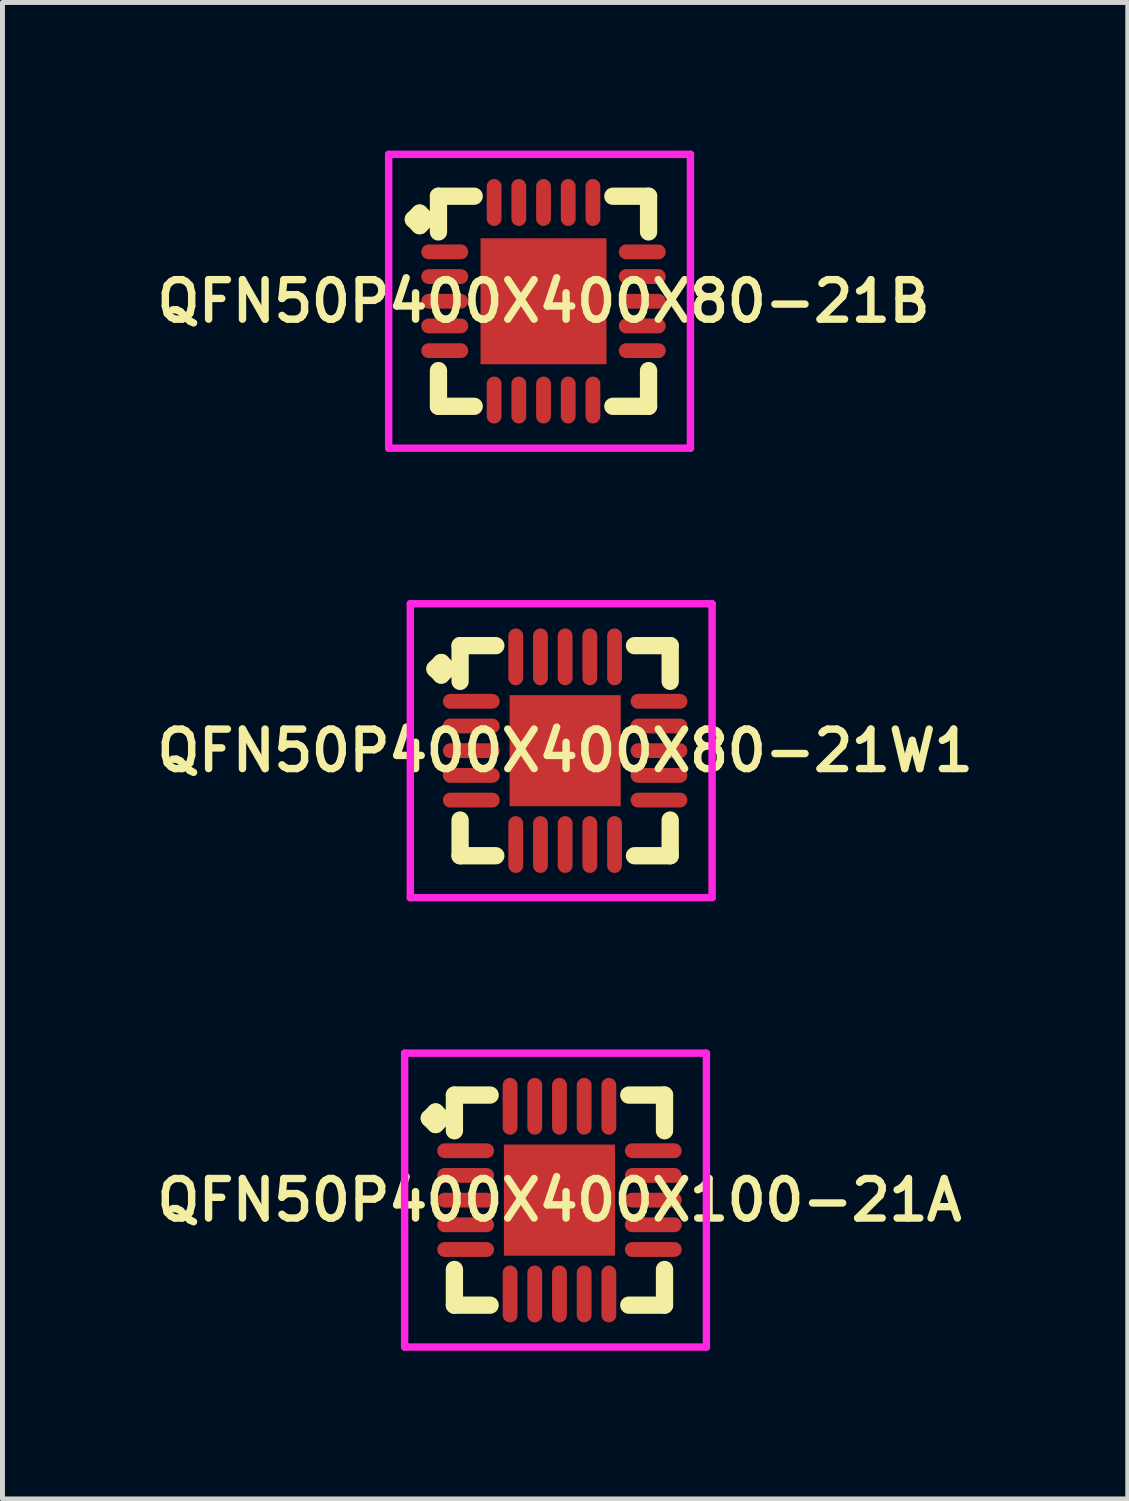
<source format=kicad_pcb>
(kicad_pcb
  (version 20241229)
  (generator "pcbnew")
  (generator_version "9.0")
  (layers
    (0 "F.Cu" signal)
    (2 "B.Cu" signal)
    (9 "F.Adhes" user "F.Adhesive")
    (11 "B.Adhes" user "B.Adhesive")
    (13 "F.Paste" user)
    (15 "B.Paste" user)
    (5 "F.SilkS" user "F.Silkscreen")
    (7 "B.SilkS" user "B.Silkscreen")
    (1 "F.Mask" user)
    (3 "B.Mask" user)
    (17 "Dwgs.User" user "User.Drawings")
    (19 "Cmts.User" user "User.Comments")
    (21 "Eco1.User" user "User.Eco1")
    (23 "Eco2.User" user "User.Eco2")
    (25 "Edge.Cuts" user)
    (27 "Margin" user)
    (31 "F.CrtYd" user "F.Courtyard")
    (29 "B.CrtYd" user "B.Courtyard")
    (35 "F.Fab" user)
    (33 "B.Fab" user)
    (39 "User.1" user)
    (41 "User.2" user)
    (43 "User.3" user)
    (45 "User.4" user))
  (footprint "QFN50P400X400X100-21A"
    (layer "F.Cu")
    (at 8.278 21.25)
    (property "Reference" "QFN50P400X400X100-21A" (at 0 0 0) (layer "F.SilkS") (effects (font (size 0.8 0.8) (thickness 0.15))))
    (attr smd)
    (fp_line (start -2.635 -1.658) (end -2.508 -1.785) (stroke (width 0.35) (type solid)) (layer "F.SilkS"))
    (fp_line (start -2.508 -1.785) (end -2.381 -1.658) (stroke (width 0.35) (type solid)) (layer "F.SilkS"))
    (fp_line (start -2.508 -1.531) (end -2.635 -1.658) (stroke (width 0.35) (type solid)) (layer "F.SilkS"))
    (fp_line (start -2.381 -1.658) (end -2.508 -1.531) (stroke (width 0.35) (type solid)) (layer "F.SilkS"))
    (fp_line (start -2.127 -2.127) (end -1.404 -2.127) (stroke (width 0.35) (type solid)) (layer "F.SilkS"))
    (fp_line (start -2.127 -1.404) (end -2.127 -2.127) (stroke (width 0.35) (type solid)) (layer "F.SilkS"))
    (fp_line (start -2.127 1.404) (end -2.127 2.127) (stroke (width 0.35) (type solid)) (layer "F.SilkS"))
    (fp_line (start -2.127 2.127) (end -1.404 2.127) (stroke (width 0.35) (type solid)) (layer "F.SilkS"))
    (fp_line (start 1.404 -2.127) (end 2.127 -2.127) (stroke (width 0.35) (type solid)) (layer "F.SilkS"))
    (fp_line (start 1.404 2.127) (end 2.127 2.127) (stroke (width 0.35) (type solid)) (layer "F.SilkS"))
    (fp_line (start 2.127 -2.127) (end 2.127 -1.404) (stroke (width 0.35) (type solid)) (layer "F.SilkS"))
    (fp_line (start 2.127 2.127) (end 2.127 1.404) (stroke (width 0.35) (type solid)) (layer "F.SilkS"))
    (fp_line (start -3.135 -2.975) (end 2.975 -2.975) (stroke (width 0.15) (type solid)) (layer "F.CrtYd"))
    (fp_line (start -3.135 2.975) (end -3.135 -2.975) (stroke (width 0.15) (type solid)) (layer "F.CrtYd"))
    (fp_line (start 2.975 -2.975) (end 2.975 2.975) (stroke (width 0.15) (type solid)) (layer "F.CrtYd"))
    (fp_line (start 2.975 2.975) (end -3.135 2.975) (stroke (width 0.15) (type solid)) (layer "F.CrtYd"))
    (pad "1" smd oval (at -1.9 -1) (size 1.15 0.3) (layers "F.Cu" "F.Mask" "F.Paste"))
    (pad "2" smd oval (at -1.9 -0.5) (size 1.15 0.3) (layers "F.Cu" "F.Mask" "F.Paste"))
    (pad "3" smd oval (at -1.9 0) (size 1.15 0.3) (layers "F.Cu" "F.Mask" "F.Paste"))
    (pad "4" smd oval (at -1.9 0.5) (size 1.15 0.3) (layers "F.Cu" "F.Mask" "F.Paste"))
    (pad "5" smd oval (at -1.9 1) (size 1.15 0.3) (layers "F.Cu" "F.Mask" "F.Paste"))
    (pad "6" smd oval (at -1 1.9) (size 0.3 1.15) (layers "F.Cu" "F.Mask" "F.Paste"))
    (pad "7" smd oval (at -0.5 1.9) (size 0.3 1.15) (layers "F.Cu" "F.Mask" "F.Paste"))
    (pad "8" smd oval (at 0 1.9) (size 0.3 1.15) (layers "F.Cu" "F.Mask" "F.Paste"))
    (pad "9" smd oval (at 0.5 1.9) (size 0.3 1.15) (layers "F.Cu" "F.Mask" "F.Paste"))
    (pad "10" smd oval (at 1 1.9) (size 0.3 1.15) (layers "F.Cu" "F.Mask" "F.Paste"))
    (pad "11" smd oval (at 1.9 1) (size 1.15 0.3) (layers "F.Cu" "F.Mask" "F.Paste"))
    (pad "12" smd oval (at 1.9 0.5) (size 1.15 0.3) (layers "F.Cu" "F.Mask" "F.Paste"))
    (pad "13" smd oval (at 1.9 0) (size 1.15 0.3) (layers "F.Cu" "F.Mask" "F.Paste"))
    (pad "14" smd oval (at 1.9 -0.5) (size 1.15 0.3) (layers "F.Cu" "F.Mask" "F.Paste"))
    (pad "15" smd oval (at 1.9 -1) (size 1.15 0.3) (layers "F.Cu" "F.Mask" "F.Paste"))
    (pad "16" smd oval (at 1 -1.9) (size 0.3 1.15) (layers "F.Cu" "F.Mask" "F.Paste"))
    (pad "17" smd oval (at 0.5 -1.9) (size 0.3 1.15) (layers "F.Cu" "F.Mask" "F.Paste"))
    (pad "18" smd oval (at 0 -1.9) (size 0.3 1.15) (layers "F.Cu" "F.Mask" "F.Paste"))
    (pad "19" smd oval (at -0.5 -1.9) (size 0.3 1.15) (layers "F.Cu" "F.Mask" "F.Paste"))
    (pad "20" smd oval (at -1 -1.9) (size 0.3 1.15) (layers "F.Cu" "F.Mask" "F.Paste"))
    (pad "21" smd rect (at 0 0) (size 2.25 2.25) (layers "F.Cu" "F.Mask" "F.Paste")))
  (footprint "QFN50P400X400X80-21B"
    (layer "F.Cu")
    (at 7.955 3.05)
    (property "Reference" "QFN50P400X400X80-21B" (at 0 0 0) (layer "F.SilkS") (effects (font (size 0.8 0.8) (thickness 0.15))))
    (attr smd)
    (fp_line (start -2.635 -1.658) (end -2.508 -1.785) (stroke (width 0.35) (type solid)) (layer "F.SilkS"))
    (fp_line (start -2.508 -1.785) (end -2.381 -1.658) (stroke (width 0.35) (type solid)) (layer "F.SilkS"))
    (fp_line (start -2.508 -1.531) (end -2.635 -1.658) (stroke (width 0.35) (type solid)) (layer "F.SilkS"))
    (fp_line (start -2.381 -1.658) (end -2.508 -1.531) (stroke (width 0.35) (type solid)) (layer "F.SilkS"))
    (fp_line (start -2.127 -2.127) (end -1.404 -2.127) (stroke (width 0.35) (type solid)) (layer "F.SilkS"))
    (fp_line (start -2.127 -1.404) (end -2.127 -2.127) (stroke (width 0.35) (type solid)) (layer "F.SilkS"))
    (fp_line (start -2.127 1.404) (end -2.127 2.127) (stroke (width 0.35) (type solid)) (layer "F.SilkS"))
    (fp_line (start -2.127 2.127) (end -1.404 2.127) (stroke (width 0.35) (type solid)) (layer "F.SilkS"))
    (fp_line (start 1.404 -2.127) (end 2.127 -2.127) (stroke (width 0.35) (type solid)) (layer "F.SilkS"))
    (fp_line (start 1.404 2.127) (end 2.127 2.127) (stroke (width 0.35) (type solid)) (layer "F.SilkS"))
    (fp_line (start 2.127 -2.127) (end 2.127 -1.404) (stroke (width 0.35) (type solid)) (layer "F.SilkS"))
    (fp_line (start 2.127 2.127) (end 2.127 1.404) (stroke (width 0.35) (type solid)) (layer "F.SilkS"))
    (fp_line (start -3.135 -2.975) (end 2.975 -2.975) (stroke (width 0.15) (type solid)) (layer "F.CrtYd"))
    (fp_line (start -3.135 2.975) (end -3.135 -2.975) (stroke (width 0.15) (type solid)) (layer "F.CrtYd"))
    (fp_line (start 2.975 -2.975) (end 2.975 2.975) (stroke (width 0.15) (type solid)) (layer "F.CrtYd"))
    (fp_line (start 2.975 2.975) (end -3.135 2.975) (stroke (width 0.15) (type solid)) (layer "F.CrtYd"))
    (pad "1" smd oval (at -2 -1) (size 0.95 0.3) (layers "F.Cu" "F.Mask" "F.Paste"))
    (pad "2" smd oval (at -2 -0.5) (size 0.95 0.3) (layers "F.Cu" "F.Mask" "F.Paste"))
    (pad "3" smd oval (at -2 0) (size 0.95 0.3) (layers "F.Cu" "F.Mask" "F.Paste"))
    (pad "4" smd oval (at -2 0.5) (size 0.95 0.3) (layers "F.Cu" "F.Mask" "F.Paste"))
    (pad "5" smd oval (at -2 1) (size 0.95 0.3) (layers "F.Cu" "F.Mask" "F.Paste"))
    (pad "6" smd oval (at -1 2) (size 0.3 0.95) (layers "F.Cu" "F.Mask" "F.Paste"))
    (pad "7" smd oval (at -0.5 2) (size 0.3 0.95) (layers "F.Cu" "F.Mask" "F.Paste"))
    (pad "8" smd oval (at 0 2) (size 0.3 0.95) (layers "F.Cu" "F.Mask" "F.Paste"))
    (pad "9" smd oval (at 0.5 2) (size 0.3 0.95) (layers "F.Cu" "F.Mask" "F.Paste"))
    (pad "10" smd oval (at 1 2) (size 0.3 0.95) (layers "F.Cu" "F.Mask" "F.Paste"))
    (pad "11" smd oval (at 2 1) (size 0.95 0.3) (layers "F.Cu" "F.Mask" "F.Paste"))
    (pad "12" smd oval (at 2 0.5) (size 0.95 0.3) (layers "F.Cu" "F.Mask" "F.Paste"))
    (pad "13" smd oval (at 2 0) (size 0.95 0.3) (layers "F.Cu" "F.Mask" "F.Paste"))
    (pad "14" smd oval (at 2 -0.5) (size 0.95 0.3) (layers "F.Cu" "F.Mask" "F.Paste"))
    (pad "15" smd oval (at 2 -1) (size 0.95 0.3) (layers "F.Cu" "F.Mask" "F.Paste"))
    (pad "16" smd oval (at 1 -2) (size 0.3 0.95) (layers "F.Cu" "F.Mask" "F.Paste"))
    (pad "17" smd oval (at 0.5 -2) (size 0.3 0.95) (layers "F.Cu" "F.Mask" "F.Paste"))
    (pad "18" smd oval (at 0 -2) (size 0.3 0.95) (layers "F.Cu" "F.Mask" "F.Paste"))
    (pad "19" smd oval (at -0.5 -2) (size 0.3 0.95) (layers "F.Cu" "F.Mask" "F.Paste"))
    (pad "20" smd oval (at -1 -2) (size 0.3 0.95) (layers "F.Cu" "F.Mask" "F.Paste"))
    (pad "21" smd rect (at 0 0) (size 2.55 2.55) (layers "F.Cu" "F.Mask" "F.Paste")))
  (footprint "QFN50P400X400X80-21W1"
    (layer "F.Cu")
    (at 8.393 12.15)
    (property "Reference" "QFN50P400X400X80-21W1" (at 0 0 0) (layer "F.SilkS") (effects (font (size 0.8 0.8) (thickness 0.15))))
    (attr smd)
    (fp_line (start -2.635 -1.658) (end -2.508 -1.785) (stroke (width 0.35) (type solid)) (layer "F.SilkS"))
    (fp_line (start -2.508 -1.785) (end -2.381 -1.658) (stroke (width 0.35) (type solid)) (layer "F.SilkS"))
    (fp_line (start -2.508 -1.531) (end -2.635 -1.658) (stroke (width 0.35) (type solid)) (layer "F.SilkS"))
    (fp_line (start -2.381 -1.658) (end -2.508 -1.531) (stroke (width 0.35) (type solid)) (layer "F.SilkS"))
    (fp_line (start -2.127 -2.127) (end -1.404 -2.127) (stroke (width 0.35) (type solid)) (layer "F.SilkS"))
    (fp_line (start -2.127 -1.404) (end -2.127 -2.127) (stroke (width 0.35) (type solid)) (layer "F.SilkS"))
    (fp_line (start -2.127 1.404) (end -2.127 2.127) (stroke (width 0.35) (type solid)) (layer "F.SilkS"))
    (fp_line (start -2.127 2.127) (end -1.404 2.127) (stroke (width 0.35) (type solid)) (layer "F.SilkS"))
    (fp_line (start 1.404 -2.127) (end 2.127 -2.127) (stroke (width 0.35) (type solid)) (layer "F.SilkS"))
    (fp_line (start 1.404 2.127) (end 2.127 2.127) (stroke (width 0.35) (type solid)) (layer "F.SilkS"))
    (fp_line (start 2.127 -2.127) (end 2.127 -1.404) (stroke (width 0.35) (type solid)) (layer "F.SilkS"))
    (fp_line (start 2.127 2.127) (end 2.127 1.404) (stroke (width 0.35) (type solid)) (layer "F.SilkS"))
    (fp_line (start -3.135 -2.975) (end 2.975 -2.975) (stroke (width 0.15) (type solid)) (layer "F.CrtYd"))
    (fp_line (start -3.135 2.975) (end -3.135 -2.975) (stroke (width 0.15) (type solid)) (layer "F.CrtYd"))
    (fp_line (start 2.975 -2.975) (end 2.975 2.975) (stroke (width 0.15) (type solid)) (layer "F.CrtYd"))
    (fp_line (start 2.975 2.975) (end -3.135 2.975) (stroke (width 0.15) (type solid)) (layer "F.CrtYd"))
    (pad "1" smd oval (at -1.9 -1) (size 1.15 0.3) (layers "F.Cu" "F.Mask" "F.Paste"))
    (pad "2" smd oval (at -1.9 -0.5) (size 1.15 0.3) (layers "F.Cu" "F.Mask" "F.Paste"))
    (pad "3" smd oval (at -1.9 0) (size 1.15 0.3) (layers "F.Cu" "F.Mask" "F.Paste"))
    (pad "4" smd oval (at -1.9 0.5) (size 1.15 0.3) (layers "F.Cu" "F.Mask" "F.Paste"))
    (pad "5" smd oval (at -1.9 1) (size 1.15 0.3) (layers "F.Cu" "F.Mask" "F.Paste"))
    (pad "6" smd oval (at -1 1.9) (size 0.3 1.15) (layers "F.Cu" "F.Mask" "F.Paste"))
    (pad "7" smd oval (at -0.5 1.9) (size 0.3 1.15) (layers "F.Cu" "F.Mask" "F.Paste"))
    (pad "8" smd oval (at 0 1.9) (size 0.3 1.15) (layers "F.Cu" "F.Mask" "F.Paste"))
    (pad "9" smd oval (at 0.5 1.9) (size 0.3 1.15) (layers "F.Cu" "F.Mask" "F.Paste"))
    (pad "10" smd oval (at 1 1.9) (size 0.3 1.15) (layers "F.Cu" "F.Mask" "F.Paste"))
    (pad "11" smd oval (at 1.9 1) (size 1.15 0.3) (layers "F.Cu" "F.Mask" "F.Paste"))
    (pad "12" smd oval (at 1.9 0.5) (size 1.15 0.3) (layers "F.Cu" "F.Mask" "F.Paste"))
    (pad "13" smd oval (at 1.9 0) (size 1.15 0.3) (layers "F.Cu" "F.Mask" "F.Paste"))
    (pad "14" smd oval (at 1.9 -0.5) (size 1.15 0.3) (layers "F.Cu" "F.Mask" "F.Paste"))
    (pad "15" smd oval (at 1.9 -1) (size 1.15 0.3) (layers "F.Cu" "F.Mask" "F.Paste"))
    (pad "16" smd oval (at 1 -1.9) (size 0.3 1.15) (layers "F.Cu" "F.Mask" "F.Paste"))
    (pad "17" smd oval (at 0.5 -1.9) (size 0.3 1.15) (layers "F.Cu" "F.Mask" "F.Paste"))
    (pad "18" smd oval (at 0 -1.9) (size 0.3 1.15) (layers "F.Cu" "F.Mask" "F.Paste"))
    (pad "19" smd oval (at -0.5 -1.9) (size 0.3 1.15) (layers "F.Cu" "F.Mask" "F.Paste"))
    (pad "20" smd oval (at -1 -1.9) (size 0.3 1.15) (layers "F.Cu" "F.Mask" "F.Paste"))
    (pad "21" smd rect (at 0 0) (size 2.25 2.25) (layers "F.Cu" "F.Mask" "F.Paste")))
  (gr_rect
    (start -3 -3)
    (end 19.785 27.3)
    (stroke (width 0.1) (type default))
    (fill no)
    (layer "Edge.Cuts")))
</source>
